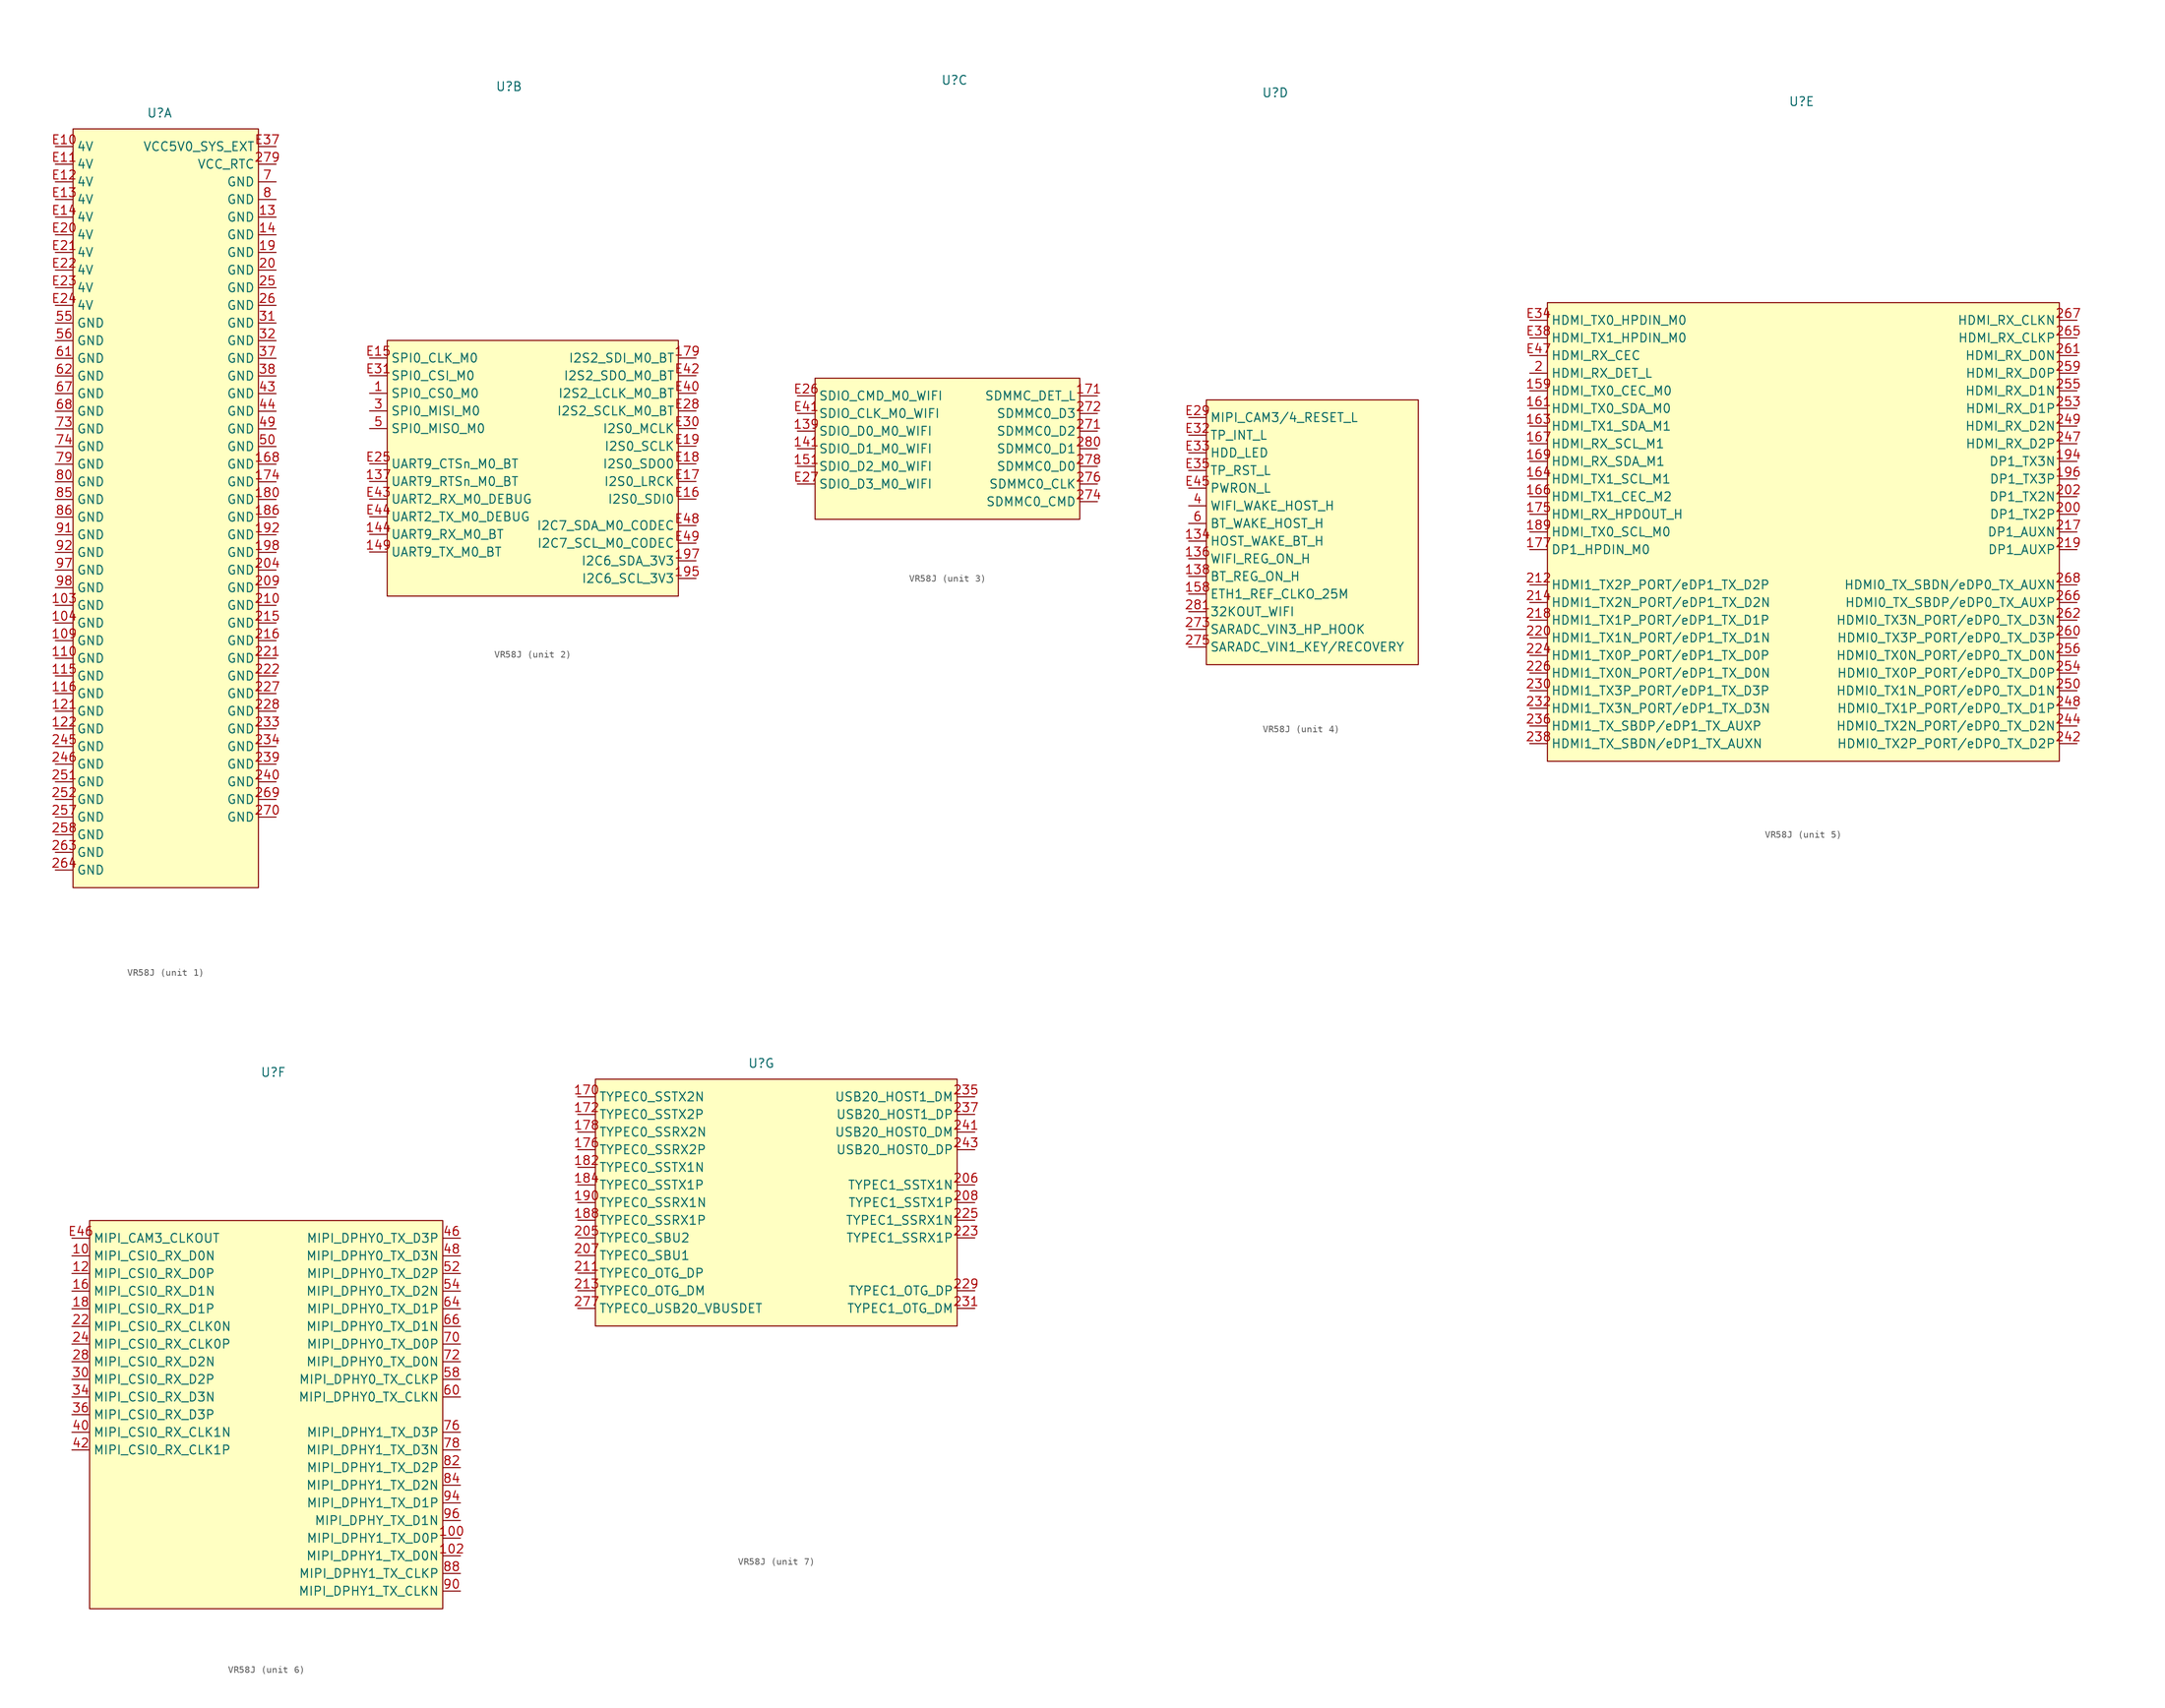
<source format=kicad_sym>
(kicad_symbol_lib
  (version 20231120)
  (generator "kicad_symbol_editor")
  (generator_version "8.0")
  (symbol "VR58J"
    (property "Reference" "U"
      (at -0.254 51.816 0)
      (effects (font (size 1.27 1.27))))
    (property "Value" ""
      (at -8.89 -12.192 0)
      (effects (font (size 1.27 1.27))))
    (property "ki_locked" ""
      (at 0 0 0)
      (effects (font (size 1.27 1.27))))
    (symbol "VR58J_1_1"
      (rectangle (start -12.7 49.53) (end 13.97 -59.69) (stroke (width 0) (type default)) (fill (type background)))
      (pin input line (at -15.24 -19.05 0) (length 2.54) (name "GND" (effects (font (size 1.27 1.27)))) (number "103" (effects (font (size 1.27 1.27)))))
      (pin input line (at -15.24 -21.59 0) (length 2.54) (name "GND" (effects (font (size 1.27 1.27)))) (number "104" (effects (font (size 1.27 1.27)))))
      (pin input line (at -15.24 -24.13 0) (length 2.54) (name "GND" (effects (font (size 1.27 1.27)))) (number "109" (effects (font (size 1.27 1.27)))))
      (pin input line (at -15.24 -26.67 0) (length 2.54) (name "GND" (effects (font (size 1.27 1.27)))) (number "110" (effects (font (size 1.27 1.27)))))
      (pin input line (at -15.24 -29.21 0) (length 2.54) (name "GND" (effects (font (size 1.27 1.27)))) (number "115" (effects (font (size 1.27 1.27)))))
      (pin input line (at -15.24 -31.75 0) (length 2.54) (name "GND" (effects (font (size 1.27 1.27)))) (number "116" (effects (font (size 1.27 1.27)))))
      (pin input line (at -15.24 -34.29 0) (length 2.54) (name "GND" (effects (font (size 1.27 1.27)))) (number "121" (effects (font (size 1.27 1.27)))))
      (pin input line (at -15.24 -36.83 0) (length 2.54) (name "GND" (effects (font (size 1.27 1.27)))) (number "122" (effects (font (size 1.27 1.27)))))
      (pin input line (at 16.51 36.83 180) (length 2.54) (name "GND" (effects (font (size 1.27 1.27)))) (number "13" (effects (font (size 1.27 1.27)))))
      (pin input line (at 16.51 34.29 180) (length 2.54) (name "GND" (effects (font (size 1.27 1.27)))) (number "14" (effects (font (size 1.27 1.27)))))
      (pin input line (at 16.51 1.27 180) (length 2.54) (name "GND" (effects (font (size 1.27 1.27)))) (number "168" (effects (font (size 1.27 1.27)))))
      (pin input line (at 16.51 -1.27 180) (length 2.54) (name "GND" (effects (font (size 1.27 1.27)))) (number "174" (effects (font (size 1.27 1.27)))))
      (pin input line (at 16.51 -3.81 180) (length 2.54) (name "GND" (effects (font (size 1.27 1.27)))) (number "180" (effects (font (size 1.27 1.27)))))
      (pin input line (at 16.51 -6.35 180) (length 2.54) (name "GND" (effects (font (size 1.27 1.27)))) (number "186" (effects (font (size 1.27 1.27)))))
      (pin input line (at 16.51 31.75 180) (length 2.54) (name "GND" (effects (font (size 1.27 1.27)))) (number "19" (effects (font (size 1.27 1.27)))))
      (pin input line (at 16.51 -8.89 180) (length 2.54) (name "GND" (effects (font (size 1.27 1.27)))) (number "192" (effects (font (size 1.27 1.27)))))
      (pin input line (at 16.51 -11.43 180) (length 2.54) (name "GND" (effects (font (size 1.27 1.27)))) (number "198" (effects (font (size 1.27 1.27)))))
      (pin input line (at 16.51 29.21 180) (length 2.54) (name "GND" (effects (font (size 1.27 1.27)))) (number "20" (effects (font (size 1.27 1.27)))))
      (pin input line (at 16.51 -13.97 180) (length 2.54) (name "GND" (effects (font (size 1.27 1.27)))) (number "204" (effects (font (size 1.27 1.27)))))
      (pin input line (at 16.51 -16.51 180) (length 2.54) (name "GND" (effects (font (size 1.27 1.27)))) (number "209" (effects (font (size 1.27 1.27)))))
      (pin input line (at 16.51 -19.05 180) (length 2.54) (name "GND" (effects (font (size 1.27 1.27)))) (number "210" (effects (font (size 1.27 1.27)))))
      (pin input line (at 16.51 -21.59 180) (length 2.54) (name "GND" (effects (font (size 1.27 1.27)))) (number "215" (effects (font (size 1.27 1.27)))))
      (pin input line (at 16.51 -24.13 180) (length 2.54) (name "GND" (effects (font (size 1.27 1.27)))) (number "216" (effects (font (size 1.27 1.27)))))
      (pin input line (at 16.51 -26.67 180) (length 2.54) (name "GND" (effects (font (size 1.27 1.27)))) (number "221" (effects (font (size 1.27 1.27)))))
      (pin input line (at 16.51 -29.21 180) (length 2.54) (name "GND" (effects (font (size 1.27 1.27)))) (number "222" (effects (font (size 1.27 1.27)))))
      (pin input line (at 16.51 -31.75 180) (length 2.54) (name "GND" (effects (font (size 1.27 1.27)))) (number "227" (effects (font (size 1.27 1.27)))))
      (pin input line (at 16.51 -34.29 180) (length 2.54) (name "GND" (effects (font (size 1.27 1.27)))) (number "228" (effects (font (size 1.27 1.27)))))
      (pin input line (at 16.51 -36.83 180) (length 2.54) (name "GND" (effects (font (size 1.27 1.27)))) (number "233" (effects (font (size 1.27 1.27)))))
      (pin input line (at 16.51 -39.37 180) (length 2.54) (name "GND" (effects (font (size 1.27 1.27)))) (number "234" (effects (font (size 1.27 1.27)))))
      (pin input line (at 16.51 -41.91 180) (length 2.54) (name "GND" (effects (font (size 1.27 1.27)))) (number "239" (effects (font (size 1.27 1.27)))))
      (pin input line (at 16.51 -44.45 180) (length 2.54) (name "GND" (effects (font (size 1.27 1.27)))) (number "240" (effects (font (size 1.27 1.27)))))
      (pin input line (at -15.24 -39.37 0) (length 2.54) (name "GND" (effects (font (size 1.27 1.27)))) (number "245" (effects (font (size 1.27 1.27)))))
      (pin input line (at -15.24 -41.91 0) (length 2.54) (name "GND" (effects (font (size 1.27 1.27)))) (number "246" (effects (font (size 1.27 1.27)))))
      (pin input line (at 16.51 26.67 180) (length 2.54) (name "GND" (effects (font (size 1.27 1.27)))) (number "25" (effects (font (size 1.27 1.27)))))
      (pin input line (at -15.24 -44.45 0) (length 2.54) (name "GND" (effects (font (size 1.27 1.27)))) (number "251" (effects (font (size 1.27 1.27)))))
      (pin input line (at -15.24 -46.99 0) (length 2.54) (name "GND" (effects (font (size 1.27 1.27)))) (number "252" (effects (font (size 1.27 1.27)))))
      (pin input line (at -15.24 -49.53 0) (length 2.54) (name "GND" (effects (font (size 1.27 1.27)))) (number "257" (effects (font (size 1.27 1.27)))))
      (pin input line (at -15.24 -52.07 0) (length 2.54) (name "GND" (effects (font (size 1.27 1.27)))) (number "258" (effects (font (size 1.27 1.27)))))
      (pin input line (at 16.51 24.13 180) (length 2.54) (name "GND" (effects (font (size 1.27 1.27)))) (number "26" (effects (font (size 1.27 1.27)))))
      (pin input line (at -15.24 -54.61 0) (length 2.54) (name "GND" (effects (font (size 1.27 1.27)))) (number "263" (effects (font (size 1.27 1.27)))))
      (pin input line (at -15.24 -57.15 0) (length 2.54) (name "GND" (effects (font (size 1.27 1.27)))) (number "264" (effects (font (size 1.27 1.27)))))
      (pin input line (at 16.51 -46.99 180) (length 2.54) (name "GND" (effects (font (size 1.27 1.27)))) (number "269" (effects (font (size 1.27 1.27)))))
      (pin input line (at 16.51 -49.53 180) (length 2.54) (name "GND" (effects (font (size 1.27 1.27)))) (number "270" (effects (font (size 1.27 1.27)))))
      (pin input line (at 16.51 44.45 180) (length 2.54) (name "VCC_RTC" (effects (font (size 1.27 1.27)))) (number "279" (effects (font (size 1.27 1.27)))))
      (pin input line (at 16.51 21.59 180) (length 2.54) (name "GND" (effects (font (size 1.27 1.27)))) (number "31" (effects (font (size 1.27 1.27)))))
      (pin input line (at 16.51 19.05 180) (length 2.54) (name "GND" (effects (font (size 1.27 1.27)))) (number "32" (effects (font (size 1.27 1.27)))))
      (pin input line (at 16.51 16.51 180) (length 2.54) (name "GND" (effects (font (size 1.27 1.27)))) (number "37" (effects (font (size 1.27 1.27)))))
      (pin input line (at 16.51 13.97 180) (length 2.54) (name "GND" (effects (font (size 1.27 1.27)))) (number "38" (effects (font (size 1.27 1.27)))))
      (pin input line (at 16.51 11.43 180) (length 2.54) (name "GND" (effects (font (size 1.27 1.27)))) (number "43" (effects (font (size 1.27 1.27)))))
      (pin input line (at 16.51 8.89 180) (length 2.54) (name "GND" (effects (font (size 1.27 1.27)))) (number "44" (effects (font (size 1.27 1.27)))))
      (pin input line (at 16.51 6.35 180) (length 2.54) (name "GND" (effects (font (size 1.27 1.27)))) (number "49" (effects (font (size 1.27 1.27)))))
      (pin input line (at 16.51 3.81 180) (length 2.54) (name "GND" (effects (font (size 1.27 1.27)))) (number "50" (effects (font (size 1.27 1.27)))))
      (pin input line (at -15.24 21.59 0) (length 2.54) (name "GND" (effects (font (size 1.27 1.27)))) (number "55" (effects (font (size 1.27 1.27)))))
      (pin input line (at -15.24 19.05 0) (length 2.54) (name "GND" (effects (font (size 1.27 1.27)))) (number "56" (effects (font (size 1.27 1.27)))))
      (pin input line (at -15.24 16.51 0) (length 2.54) (name "GND" (effects (font (size 1.27 1.27)))) (number "61" (effects (font (size 1.27 1.27)))))
      (pin input line (at -15.24 13.97 0) (length 2.54) (name "GND" (effects (font (size 1.27 1.27)))) (number "62" (effects (font (size 1.27 1.27)))))
      (pin input line (at -15.24 11.43 0) (length 2.54) (name "GND" (effects (font (size 1.27 1.27)))) (number "67" (effects (font (size 1.27 1.27)))))
      (pin input line (at -15.24 8.89 0) (length 2.54) (name "GND" (effects (font (size 1.27 1.27)))) (number "68" (effects (font (size 1.27 1.27)))))
      (pin input line (at 16.51 41.91 180) (length 2.54) (name "GND" (effects (font (size 1.27 1.27)))) (number "7" (effects (font (size 1.27 1.27)))))
      (pin input line (at -15.24 6.35 0) (length 2.54) (name "GND" (effects (font (size 1.27 1.27)))) (number "73" (effects (font (size 1.27 1.27)))))
      (pin input line (at -15.24 3.81 0) (length 2.54) (name "GND" (effects (font (size 1.27 1.27)))) (number "74" (effects (font (size 1.27 1.27)))))
      (pin input line (at -15.24 1.27 0) (length 2.54) (name "GND" (effects (font (size 1.27 1.27)))) (number "79" (effects (font (size 1.27 1.27)))))
      (pin input line (at 16.51 39.37 180) (length 2.54) (name "GND" (effects (font (size 1.27 1.27)))) (number "8" (effects (font (size 1.27 1.27)))))
      (pin input line (at -15.24 -1.27 0) (length 2.54) (name "GND" (effects (font (size 1.27 1.27)))) (number "80" (effects (font (size 1.27 1.27)))))
      (pin input line (at -15.24 -3.81 0) (length 2.54) (name "GND" (effects (font (size 1.27 1.27)))) (number "85" (effects (font (size 1.27 1.27)))))
      (pin input line (at -15.24 -6.35 0) (length 2.54) (name "GND" (effects (font (size 1.27 1.27)))) (number "86" (effects (font (size 1.27 1.27)))))
      (pin input line (at -15.24 -8.89 0) (length 2.54) (name "GND" (effects (font (size 1.27 1.27)))) (number "91" (effects (font (size 1.27 1.27)))))
      (pin input line (at -15.24 -11.43 0) (length 2.54) (name "GND" (effects (font (size 1.27 1.27)))) (number "92" (effects (font (size 1.27 1.27)))))
      (pin input line (at -15.24 -13.97 0) (length 2.54) (name "GND" (effects (font (size 1.27 1.27)))) (number "97" (effects (font (size 1.27 1.27)))))
      (pin input line (at -15.24 -16.51 0) (length 2.54) (name "GND" (effects (font (size 1.27 1.27)))) (number "98" (effects (font (size 1.27 1.27)))))
      (pin input line (at -15.24 46.99 0) (length 2.54) (name "4V" (effects (font (size 1.27 1.27)))) (number "E10" (effects (font (size 1.27 1.27)))))
      (pin input line (at -15.24 44.45 0) (length 2.54) (name "4V" (effects (font (size 1.27 1.27)))) (number "E11" (effects (font (size 1.27 1.27)))))
      (pin input line (at -15.24 41.91 0) (length 2.54) (name "4V" (effects (font (size 1.27 1.27)))) (number "E12" (effects (font (size 1.27 1.27)))))
      (pin input line (at -15.24 39.37 0) (length 2.54) (name "4V" (effects (font (size 1.27 1.27)))) (number "E13" (effects (font (size 1.27 1.27)))))
      (pin input line (at -15.24 36.83 0) (length 2.54) (name "4V" (effects (font (size 1.27 1.27)))) (number "E14" (effects (font (size 1.27 1.27)))))
      (pin input line (at -15.24 34.29 0) (length 2.54) (name "4V" (effects (font (size 1.27 1.27)))) (number "E20" (effects (font (size 1.27 1.27)))))
      (pin input line (at -15.24 31.75 0) (length 2.54) (name "4V" (effects (font (size 1.27 1.27)))) (number "E21" (effects (font (size 1.27 1.27)))))
      (pin input line (at -15.24 29.21 0) (length 2.54) (name "4V" (effects (font (size 1.27 1.27)))) (number "E22" (effects (font (size 1.27 1.27)))))
      (pin input line (at -15.24 26.67 0) (length 2.54) (name "4V" (effects (font (size 1.27 1.27)))) (number "E23" (effects (font (size 1.27 1.27)))))
      (pin input line (at -15.24 24.13 0) (length 2.54) (name "4V" (effects (font (size 1.27 1.27)))) (number "E24" (effects (font (size 1.27 1.27)))))
      (pin input line (at 16.51 46.99 180) (length 2.54) (name "VCC5V0_SYS_EXT" (effects (font (size 1.27 1.27)))) (number "E37" (effects (font (size 1.27 1.27))))))
    (symbol "VR58J_2_1"
      (rectangle (start -17.78 15.24) (end 24.13 -21.59) (stroke (width 0) (type default)) (fill (type background)))
      (pin input line (at -20.32 7.62 0) (length 2.54) (name "SPI0_CS0_M0" (effects (font (size 1.27 1.27)))) (number "1" (effects (font (size 1.27 1.27)))))
      (pin input line (at -20.32 -5.08 0) (length 2.54) (name "UART9_RTSn_M0_BT" (effects (font (size 1.27 1.27)))) (number "137" (effects (font (size 1.27 1.27)))))
      (pin input line (at -20.32 -12.7 0) (length 2.54) (name "UART9_RX_M0_BT" (effects (font (size 1.27 1.27)))) (number "144" (effects (font (size 1.27 1.27)))))
      (pin input line (at -20.32 -15.24 0) (length 2.54) (name "UART9_TX_M0_BT" (effects (font (size 1.27 1.27)))) (number "149" (effects (font (size 1.27 1.27)))))
      (pin input line (at 26.67 12.7 180) (length 2.54) (name "I2S2_SDI_M0_BT" (effects (font (size 1.27 1.27)))) (number "179" (effects (font (size 1.27 1.27)))))
      (pin input line (at 26.67 -19.05 180) (length 2.54) (name "I2C6_SCL_3V3" (effects (font (size 1.27 1.27)))) (number "195" (effects (font (size 1.27 1.27)))))
      (pin input line (at 26.67 -16.51 180) (length 2.54) (name "I2C6_SDA_3V3" (effects (font (size 1.27 1.27)))) (number "197" (effects (font (size 1.27 1.27)))))
      (pin input line (at -20.32 5.08 0) (length 2.54) (name "SPI0_MISI_M0" (effects (font (size 1.27 1.27)))) (number "3" (effects (font (size 1.27 1.27)))))
      (pin input line (at -20.32 2.54 0) (length 2.54) (name "SPI0_MISO_M0" (effects (font (size 1.27 1.27)))) (number "5" (effects (font (size 1.27 1.27)))))
      (pin input line (at -20.32 12.7 0) (length 2.54) (name "SPI0_CLK_M0" (effects (font (size 1.27 1.27)))) (number "E15" (effects (font (size 1.27 1.27)))))
      (pin input line (at 26.67 -7.62 180) (length 2.54) (name "I2S0_SDI0" (effects (font (size 1.27 1.27)))) (number "E16" (effects (font (size 1.27 1.27)))))
      (pin input line (at 26.67 -5.08 180) (length 2.54) (name "I2S0_LRCK" (effects (font (size 1.27 1.27)))) (number "E17" (effects (font (size 1.27 1.27)))))
      (pin input line (at 26.67 -2.54 180) (length 2.54) (name "I2S0_SDO0" (effects (font (size 1.27 1.27)))) (number "E18" (effects (font (size 1.27 1.27)))))
      (pin input line (at 26.67 0 180) (length 2.54) (name "I2S0_SCLK" (effects (font (size 1.27 1.27)))) (number "E19" (effects (font (size 1.27 1.27)))))
      (pin input line (at -20.32 -2.54 0) (length 2.54) (name "UART9_CTSn_M0_BT" (effects (font (size 1.27 1.27)))) (number "E25" (effects (font (size 1.27 1.27)))))
      (pin input line (at 26.67 5.08 180) (length 2.54) (name "I2S2_SCLK_M0_BT" (effects (font (size 1.27 1.27)))) (number "E28" (effects (font (size 1.27 1.27)))))
      (pin input line (at 26.67 2.54 180) (length 2.54) (name "I2S0_MCLK" (effects (font (size 1.27 1.27)))) (number "E30" (effects (font (size 1.27 1.27)))))
      (pin input line (at -20.32 10.16 0) (length 2.54) (name "SPI0_CSI_M0" (effects (font (size 1.27 1.27)))) (number "E31" (effects (font (size 1.27 1.27)))))
      (pin input line (at 26.67 7.62 180) (length 2.54) (name "I2S2_LCLK_M0_BT" (effects (font (size 1.27 1.27)))) (number "E40" (effects (font (size 1.27 1.27)))))
      (pin input line (at 26.67 10.16 180) (length 2.54) (name "I2S2_SDO_M0_BT" (effects (font (size 1.27 1.27)))) (number "E42" (effects (font (size 1.27 1.27)))))
      (pin input line (at -20.32 -7.62 0) (length 2.54) (name "UART2_RX_M0_DEBUG" (effects (font (size 1.27 1.27)))) (number "E43" (effects (font (size 1.27 1.27)))))
      (pin input line (at -20.32 -10.16 0) (length 2.54) (name "UART2_TX_M0_DEBUG" (effects (font (size 1.27 1.27)))) (number "E44" (effects (font (size 1.27 1.27)))))
      (pin input line (at 26.67 -11.43 180) (length 2.54) (name "I2C7_SDA_M0_CODEC" (effects (font (size 1.27 1.27)))) (number "E48" (effects (font (size 1.27 1.27)))))
      (pin input line (at 26.67 -13.97 180) (length 2.54) (name "I2C7_SCL_M0_CODEC" (effects (font (size 1.27 1.27)))) (number "E49" (effects (font (size 1.27 1.27))))))
    (symbol "VR58J_3_1"
      (rectangle (start -20.32 8.89) (end 17.78 -11.43) (stroke (width 0) (type default)) (fill (type background)))
      (pin input line (at -22.86 1.27 0) (length 2.54) (name "SDIO_D0_M0_WIFI" (effects (font (size 1.27 1.27)))) (number "139" (effects (font (size 1.27 1.27)))))
      (pin input line (at -22.86 -1.27 0) (length 2.54) (name "SDIO_D1_M0_WIFI" (effects (font (size 1.27 1.27)))) (number "141" (effects (font (size 1.27 1.27)))))
      (pin input line (at -22.86 -3.81 0) (length 2.54) (name "SDIO_D2_M0_WIFI" (effects (font (size 1.27 1.27)))) (number "151" (effects (font (size 1.27 1.27)))))
      (pin input line (at 20.32 6.35 180) (length 2.54) (name "SDMMC_DET_L" (effects (font (size 1.27 1.27)))) (number "171" (effects (font (size 1.27 1.27)))))
      (pin input line (at 20.32 1.27 180) (length 2.54) (name "SDMMC0_D2" (effects (font (size 1.27 1.27)))) (number "271" (effects (font (size 1.27 1.27)))))
      (pin input line (at 20.32 3.81 180) (length 2.54) (name "SDMMC0_D3" (effects (font (size 1.27 1.27)))) (number "272" (effects (font (size 1.27 1.27)))))
      (pin input line (at 20.32 -8.89 180) (length 2.54) (name "SDMMC0_CMD" (effects (font (size 1.27 1.27)))) (number "274" (effects (font (size 1.27 1.27)))))
      (pin input line (at 20.32 -6.35 180) (length 2.54) (name "SDMMC0_CLK" (effects (font (size 1.27 1.27)))) (number "276" (effects (font (size 1.27 1.27)))))
      (pin input line (at 20.32 -3.81 180) (length 2.54) (name "SDMMC0_D0" (effects (font (size 1.27 1.27)))) (number "278" (effects (font (size 1.27 1.27)))))
      (pin input line (at 20.32 -1.27 180) (length 2.54) (name "SDMMC0_D1" (effects (font (size 1.27 1.27)))) (number "280" (effects (font (size 1.27 1.27)))))
      (pin input line (at -22.86 6.35 0) (length 2.54) (name "SDIO_CMD_M0_WIFI" (effects (font (size 1.27 1.27)))) (number "E26" (effects (font (size 1.27 1.27)))))
      (pin input line (at -22.86 -6.35 0) (length 2.54) (name "SDIO_D3_M0_WIFI" (effects (font (size 1.27 1.27)))) (number "E27" (effects (font (size 1.27 1.27)))))
      (pin input line (at -22.86 3.81 0) (length 2.54) (name "SDIO_CLK_M0_WIFI" (effects (font (size 1.27 1.27)))) (number "E41" (effects (font (size 1.27 1.27))))))
    (symbol "VR58J_4_1"
      (rectangle (start -10.16 7.62) (end 20.32 -30.48) (stroke (width 0) (type default)) (fill (type background)))
      (pin input line (at -12.7 -12.7 0) (length 2.54) (name "HOST_WAKE_BT_H" (effects (font (size 1.27 1.27)))) (number "134" (effects (font (size 1.27 1.27)))))
      (pin input line (at -12.7 -15.24 0) (length 2.54) (name "WIFI_REG_ON_H" (effects (font (size 1.27 1.27)))) (number "136" (effects (font (size 1.27 1.27)))))
      (pin input line (at -12.7 -17.78 0) (length 2.54) (name "BT_REG_ON_H" (effects (font (size 1.27 1.27)))) (number "138" (effects (font (size 1.27 1.27)))))
      (pin input line (at -12.7 -20.32 0) (length 2.54) (name "ETH1_REF_CLKO_25M" (effects (font (size 1.27 1.27)))) (number "158" (effects (font (size 1.27 1.27)))))
      (pin input line (at -12.7 -25.4 0) (length 2.54) (name "SARADC_VIN3_HP_HOOK" (effects (font (size 1.27 1.27)))) (number "273" (effects (font (size 1.27 1.27)))))
      (pin input line (at -12.7 -27.94 0) (length 2.54) (name "SARADC_VIN1_KEY/RECOVERY" (effects (font (size 1.27 1.27)))) (number "275" (effects (font (size 1.27 1.27)))))
      (pin input line (at -12.7 -22.86 0) (length 2.54) (name "32KOUT_WIFI" (effects (font (size 1.27 1.27)))) (number "281" (effects (font (size 1.27 1.27)))))
      (pin input line (at -12.7 -7.62 0) (length 2.54) (name "WIFI_WAKE_HOST_H" (effects (font (size 1.27 1.27)))) (number "4" (effects (font (size 1.27 1.27)))))
      (pin input line (at -12.7 -10.16 0) (length 2.54) (name "BT_WAKE_HOST_H" (effects (font (size 1.27 1.27)))) (number "6" (effects (font (size 1.27 1.27)))))
      (pin input line (at -12.7 5.08 0) (length 2.54) (name "MIPI_CAM3/4_RESET_L" (effects (font (size 1.27 1.27)))) (number "E29" (effects (font (size 1.27 1.27)))))
      (pin input line (at -12.7 2.54 0) (length 2.54) (name "TP_INT_L" (effects (font (size 1.27 1.27)))) (number "E32" (effects (font (size 1.27 1.27)))))
      (pin input line (at -12.7 0 0) (length 2.54) (name "HDD_LED" (effects (font (size 1.27 1.27)))) (number "E33" (effects (font (size 1.27 1.27)))))
      (pin input line (at -12.7 -2.54 0) (length 2.54) (name "TP_RST_L" (effects (font (size 1.27 1.27)))) (number "E35" (effects (font (size 1.27 1.27)))))
      (pin input line (at -12.7 -5.08 0) (length 2.54) (name "PWRON_L" (effects (font (size 1.27 1.27)))) (number "E45" (effects (font (size 1.27 1.27))))))
    (symbol "VR58J_5_1"
      (rectangle (start -36.83 22.86) (end 36.83 -43.18) (stroke (width 0) (type default)) (fill (type background)))
      (pin input line (at -39.37 10.16 0) (length 2.54) (name "HDMI_TX0_CEC_M0" (effects (font (size 1.27 1.27)))) (number "159" (effects (font (size 1.27 1.27)))))
      (pin input line (at -39.37 7.62 0) (length 2.54) (name "HDMI_TX0_SDA_M0" (effects (font (size 1.27 1.27)))) (number "161" (effects (font (size 1.27 1.27)))))
      (pin input line (at -39.37 5.08 0) (length 2.54) (name "HDMI_TX1_SDA_M1" (effects (font (size 1.27 1.27)))) (number "163" (effects (font (size 1.27 1.27)))))
      (pin input line (at -39.37 -2.54 0) (length 2.54) (name "HDMI_TX1_SCL_M1" (effects (font (size 1.27 1.27)))) (number "164" (effects (font (size 1.27 1.27)))))
      (pin input line (at -39.37 -5.08 0) (length 2.54) (name "HDMI_TX1_CEC_M2" (effects (font (size 1.27 1.27)))) (number "166" (effects (font (size 1.27 1.27)))))
      (pin input line (at -39.37 2.54 0) (length 2.54) (name "HDMI_RX_SCL_M1" (effects (font (size 1.27 1.27)))) (number "167" (effects (font (size 1.27 1.27)))))
      (pin input line (at -39.37 0 0) (length 2.54) (name "HDMI_RX_SDA_M1" (effects (font (size 1.27 1.27)))) (number "169" (effects (font (size 1.27 1.27)))))
      (pin input line (at -39.37 -7.62 0) (length 2.54) (name "HDMI_RX_HPDOUT_H" (effects (font (size 1.27 1.27)))) (number "175" (effects (font (size 1.27 1.27)))))
      (pin input line (at -39.37 -12.7 0) (length 2.54) (name "DP1_HPDIN_M0" (effects (font (size 1.27 1.27)))) (number "177" (effects (font (size 1.27 1.27)))))
      (pin input line (at -39.37 -10.16 0) (length 2.54) (name "HDMI_TX0_SCL_M0" (effects (font (size 1.27 1.27)))) (number "189" (effects (font (size 1.27 1.27)))))
      (pin input line (at 39.37 0 180) (length 2.54) (name "DP1_TX3N" (effects (font (size 1.27 1.27)))) (number "194" (effects (font (size 1.27 1.27)))))
      (pin input line (at 39.37 -2.54 180) (length 2.54) (name "DP1_TX3P" (effects (font (size 1.27 1.27)))) (number "196" (effects (font (size 1.27 1.27)))))
      (pin input line (at -39.37 12.7 0) (length 2.54) (name "HDMI_RX_DET_L" (effects (font (size 1.27 1.27)))) (number "2" (effects (font (size 1.27 1.27)))))
      (pin input line (at 39.37 -7.62 180) (length 2.54) (name "DP1_TX2P" (effects (font (size 1.27 1.27)))) (number "200" (effects (font (size 1.27 1.27)))))
      (pin input line (at 39.37 -5.08 180) (length 2.54) (name "DP1_TX2N" (effects (font (size 1.27 1.27)))) (number "202" (effects (font (size 1.27 1.27)))))
      (pin input line (at -39.37 -17.78 0) (length 2.54) (name "HDMI1_TX2P_PORT/eDP1_TX_D2P" (effects (font (size 1.27 1.27)))) (number "212" (effects (font (size 1.27 1.27)))))
      (pin input line (at -39.37 -20.32 0) (length 2.54) (name "HDMI1_TX2N_PORT/eDP1_TX_D2N" (effects (font (size 1.27 1.27)))) (number "214" (effects (font (size 1.27 1.27)))))
      (pin input line (at 39.37 -10.16 180) (length 2.54) (name "DP1_AUXN" (effects (font (size 1.27 1.27)))) (number "217" (effects (font (size 1.27 1.27)))))
      (pin input line (at -39.37 -22.86 0) (length 2.54) (name "HDMI1_TX1P_PORT/eDP1_TX_D1P" (effects (font (size 1.27 1.27)))) (number "218" (effects (font (size 1.27 1.27)))))
      (pin input line (at 39.37 -12.7 180) (length 2.54) (name "DP1_AUXP" (effects (font (size 1.27 1.27)))) (number "219" (effects (font (size 1.27 1.27)))))
      (pin input line (at -39.37 -25.4 0) (length 2.54) (name "HDMI1_TX1N_PORT/eDP1_TX_D1N" (effects (font (size 1.27 1.27)))) (number "220" (effects (font (size 1.27 1.27)))))
      (pin input line (at -39.37 -27.94 0) (length 2.54) (name "HDMI1_TX0P_PORT/eDP1_TX_D0P" (effects (font (size 1.27 1.27)))) (number "224" (effects (font (size 1.27 1.27)))))
      (pin input line (at -39.37 -30.48 0) (length 2.54) (name "HDMI1_TX0N_PORT/eDP1_TX_D0N" (effects (font (size 1.27 1.27)))) (number "226" (effects (font (size 1.27 1.27)))))
      (pin input line (at -39.37 -33.02 0) (length 2.54) (name "HDMI1_TX3P_PORT/eDP1_TX_D3P" (effects (font (size 1.27 1.27)))) (number "230" (effects (font (size 1.27 1.27)))))
      (pin input line (at -39.37 -35.56 0) (length 2.54) (name "HDMI1_TX3N_PORT/eDP1_TX_D3N" (effects (font (size 1.27 1.27)))) (number "232" (effects (font (size 1.27 1.27)))))
      (pin input line (at -39.37 -38.1 0) (length 2.54) (name "HDMI1_TX_SBDP/eDP1_TX_AUXP" (effects (font (size 1.27 1.27)))) (number "236" (effects (font (size 1.27 1.27)))))
      (pin input line (at -39.37 -40.64 0) (length 2.54) (name "HDMI1_TX_SBDN/eDP1_TX_AUXN" (effects (font (size 1.27 1.27)))) (number "238" (effects (font (size 1.27 1.27)))))
      (pin input line (at 39.37 -40.64 180) (length 2.54) (name "HDMI0_TX2P_PORT/eDP0_TX_D2P" (effects (font (size 1.27 1.27)))) (number "242" (effects (font (size 1.27 1.27)))))
      (pin input line (at 39.37 -38.1 180) (length 2.54) (name "HDMI0_TX2N_PORT/eDP0_TX_D2N" (effects (font (size 1.27 1.27)))) (number "244" (effects (font (size 1.27 1.27)))))
      (pin input line (at 39.37 2.54 180) (length 2.54) (name "HDMI_RX_D2P" (effects (font (size 1.27 1.27)))) (number "247" (effects (font (size 1.27 1.27)))))
      (pin input line (at 39.37 -35.56 180) (length 2.54) (name "HDMI0_TX1P_PORT/eDP0_TX_D1P" (effects (font (size 1.27 1.27)))) (number "248" (effects (font (size 1.27 1.27)))))
      (pin input line (at 39.37 5.08 180) (length 2.54) (name "HDMI_RX_D2N" (effects (font (size 1.27 1.27)))) (number "249" (effects (font (size 1.27 1.27)))))
      (pin input line (at 39.37 -33.02 180) (length 2.54) (name "HDMI0_TX1N_PORT/eDP0_TX_D1N" (effects (font (size 1.27 1.27)))) (number "250" (effects (font (size 1.27 1.27)))))
      (pin input line (at 39.37 7.62 180) (length 2.54) (name "HDMI_RX_D1P" (effects (font (size 1.27 1.27)))) (number "253" (effects (font (size 1.27 1.27)))))
      (pin input line (at 39.37 -30.48 180) (length 2.54) (name "HDMI0_TX0P_PORT/eDP0_TX_D0P" (effects (font (size 1.27 1.27)))) (number "254" (effects (font (size 1.27 1.27)))))
      (pin input line (at 39.37 10.16 180) (length 2.54) (name "HDMI_RX_D1N" (effects (font (size 1.27 1.27)))) (number "255" (effects (font (size 1.27 1.27)))))
      (pin input line (at 39.37 -27.94 180) (length 2.54) (name "HDMI0_TX0N_PORT/eDP0_TX_D0N" (effects (font (size 1.27 1.27)))) (number "256" (effects (font (size 1.27 1.27)))))
      (pin input line (at 39.37 12.7 180) (length 2.54) (name "HDMI_RX_D0P" (effects (font (size 1.27 1.27)))) (number "259" (effects (font (size 1.27 1.27)))))
      (pin input line (at 39.37 -25.4 180) (length 2.54) (name "HDMI0_TX3P_PORT/eDP0_TX_D3P" (effects (font (size 1.27 1.27)))) (number "260" (effects (font (size 1.27 1.27)))))
      (pin input line (at 39.37 15.24 180) (length 2.54) (name "HDMI_RX_D0N" (effects (font (size 1.27 1.27)))) (number "261" (effects (font (size 1.27 1.27)))))
      (pin input line (at 39.37 -22.86 180) (length 2.54) (name "HDMI0_TX3N_PORT/eDP0_TX_D3N" (effects (font (size 1.27 1.27)))) (number "262" (effects (font (size 1.27 1.27)))))
      (pin input line (at 39.37 17.78 180) (length 2.54) (name "HDMI_RX_CLKP" (effects (font (size 1.27 1.27)))) (number "265" (effects (font (size 1.27 1.27)))))
      (pin input line (at 39.37 -20.32 180) (length 2.54) (name "HDMI0_TX_SBDP/eDP0_TX_AUXP" (effects (font (size 1.27 1.27)))) (number "266" (effects (font (size 1.27 1.27)))))
      (pin input line (at 39.37 20.32 180) (length 2.54) (name "HDMI_RX_CLKN" (effects (font (size 1.27 1.27)))) (number "267" (effects (font (size 1.27 1.27)))))
      (pin input line (at 39.37 -17.78 180) (length 2.54) (name "HDMI0_TX_SBDN/eDP0_TX_AUXN" (effects (font (size 1.27 1.27)))) (number "268" (effects (font (size 1.27 1.27)))))
      (pin input line (at -39.37 20.32 0) (length 2.54) (name "HDMI_TX0_HPDIN_M0" (effects (font (size 1.27 1.27)))) (number "E34" (effects (font (size 1.27 1.27)))))
      (pin input line (at -39.37 17.78 0) (length 2.54) (name "HDMI_TX1_HPDIN_M0" (effects (font (size 1.27 1.27)))) (number "E38" (effects (font (size 1.27 1.27)))))
      (pin input line (at -39.37 15.24 0) (length 2.54) (name "HDMI_RX_CEC" (effects (font (size 1.27 1.27)))) (number "E47" (effects (font (size 1.27 1.27))))))
    (symbol "VR58J_6_1"
      (rectangle (start -26.67 30.48) (end 24.13 -25.4) (stroke (width 0) (type default)) (fill (type background)))
      (pin input line (at -29.21 25.4 0) (length 2.54) (name "MIPI_CSI0_RX_D0N" (effects (font (size 1.27 1.27)))) (number "10" (effects (font (size 1.27 1.27)))))
      (pin input line (at 26.67 -15.24 180) (length 2.54) (name "MIPI_DPHY1_TX_D0P" (effects (font (size 1.27 1.27)))) (number "100" (effects (font (size 1.27 1.27)))))
      (pin input line (at 26.67 -17.78 180) (length 2.54) (name "MIPI_DPHY1_TX_D0N" (effects (font (size 1.27 1.27)))) (number "102" (effects (font (size 1.27 1.27)))))
      (pin input line (at -29.21 22.86 0) (length 2.54) (name "MIPI_CSI0_RX_D0P" (effects (font (size 1.27 1.27)))) (number "12" (effects (font (size 1.27 1.27)))))
      (pin input line (at -29.21 20.32 0) (length 2.54) (name "MIPI_CSI0_RX_D1N" (effects (font (size 1.27 1.27)))) (number "16" (effects (font (size 1.27 1.27)))))
      (pin input line (at -29.21 17.78 0) (length 2.54) (name "MIPI_CSI0_RX_D1P" (effects (font (size 1.27 1.27)))) (number "18" (effects (font (size 1.27 1.27)))))
      (pin input line (at -29.21 15.24 0) (length 2.54) (name "MIPI_CSI0_RX_CLK0N" (effects (font (size 1.27 1.27)))) (number "22" (effects (font (size 1.27 1.27)))))
      (pin input line (at -29.21 12.7 0) (length 2.54) (name "MIPI_CSI0_RX_CLK0P" (effects (font (size 1.27 1.27)))) (number "24" (effects (font (size 1.27 1.27)))))
      (pin input line (at -29.21 10.16 0) (length 2.54) (name "MIPI_CSI0_RX_D2N" (effects (font (size 1.27 1.27)))) (number "28" (effects (font (size 1.27 1.27)))))
      (pin input line (at -29.21 7.62 0) (length 2.54) (name "MIPI_CSI0_RX_D2P" (effects (font (size 1.27 1.27)))) (number "30" (effects (font (size 1.27 1.27)))))
      (pin input line (at -29.21 5.08 0) (length 2.54) (name "MIPI_CSI0_RX_D3N" (effects (font (size 1.27 1.27)))) (number "34" (effects (font (size 1.27 1.27)))))
      (pin input line (at -29.21 2.54 0) (length 2.54) (name "MIPI_CSI0_RX_D3P" (effects (font (size 1.27 1.27)))) (number "36" (effects (font (size 1.27 1.27)))))
      (pin input line (at -29.21 0 0) (length 2.54) (name "MIPI_CSI0_RX_CLK1N" (effects (font (size 1.27 1.27)))) (number "40" (effects (font (size 1.27 1.27)))))
      (pin input line (at -29.21 -2.54 0) (length 2.54) (name "MIPI_CSI0_RX_CLK1P" (effects (font (size 1.27 1.27)))) (number "42" (effects (font (size 1.27 1.27)))))
      (pin input line (at 26.67 27.94 180) (length 2.54) (name "MIPI_DPHY0_TX_D3P" (effects (font (size 1.27 1.27)))) (number "46" (effects (font (size 1.27 1.27)))))
      (pin input line (at 26.67 25.4 180) (length 2.54) (name "MIPI_DPHY0_TX_D3N" (effects (font (size 1.27 1.27)))) (number "48" (effects (font (size 1.27 1.27)))))
      (pin input line (at 26.67 22.86 180) (length 2.54) (name "MIPI_DPHY0_TX_D2P" (effects (font (size 1.27 1.27)))) (number "52" (effects (font (size 1.27 1.27)))))
      (pin input line (at 26.67 20.32 180) (length 2.54) (name "MIPI_DPHY0_TX_D2N" (effects (font (size 1.27 1.27)))) (number "54" (effects (font (size 1.27 1.27)))))
      (pin input line (at 26.67 7.62 180) (length 2.54) (name "MIPI_DPHY0_TX_CLKP" (effects (font (size 1.27 1.27)))) (number "58" (effects (font (size 1.27 1.27)))))
      (pin input line (at 26.67 5.08 180) (length 2.54) (name "MIPI_DPHY0_TX_CLKN" (effects (font (size 1.27 1.27)))) (number "60" (effects (font (size 1.27 1.27)))))
      (pin input line (at 26.67 17.78 180) (length 2.54) (name "MIPI_DPHY0_TX_D1P" (effects (font (size 1.27 1.27)))) (number "64" (effects (font (size 1.27 1.27)))))
      (pin input line (at 26.67 15.24 180) (length 2.54) (name "MIPI_DPHY0_TX_D1N" (effects (font (size 1.27 1.27)))) (number "66" (effects (font (size 1.27 1.27)))))
      (pin input line (at 26.67 12.7 180) (length 2.54) (name "MIPI_DPHY0_TX_D0P" (effects (font (size 1.27 1.27)))) (number "70" (effects (font (size 1.27 1.27)))))
      (pin input line (at 26.67 10.16 180) (length 2.54) (name "MIPI_DPHY0_TX_D0N" (effects (font (size 1.27 1.27)))) (number "72" (effects (font (size 1.27 1.27)))))
      (pin input line (at 26.67 0 180) (length 2.54) (name "MIPI_DPHY1_TX_D3P" (effects (font (size 1.27 1.27)))) (number "76" (effects (font (size 1.27 1.27)))))
      (pin input line (at 26.67 -2.54 180) (length 2.54) (name "MIPI_DPHY1_TX_D3N" (effects (font (size 1.27 1.27)))) (number "78" (effects (font (size 1.27 1.27)))))
      (pin input line (at 26.67 -5.08 180) (length 2.54) (name "MIPI_DPHY1_TX_D2P" (effects (font (size 1.27 1.27)))) (number "82" (effects (font (size 1.27 1.27)))))
      (pin input line (at 26.67 -7.62 180) (length 2.54) (name "MIPI_DPHY1_TX_D2N" (effects (font (size 1.27 1.27)))) (number "84" (effects (font (size 1.27 1.27)))))
      (pin input line (at 26.67 -20.32 180) (length 2.54) (name "MIPI_DPHY1_TX_CLKP" (effects (font (size 1.27 1.27)))) (number "88" (effects (font (size 1.27 1.27)))))
      (pin input line (at 26.67 -22.86 180) (length 2.54) (name "MIPI_DPHY1_TX_CLKN" (effects (font (size 1.27 1.27)))) (number "90" (effects (font (size 1.27 1.27)))))
      (pin input line (at 26.67 -10.16 180) (length 2.54) (name "MIPI_DPHY1_TX_D1P" (effects (font (size 1.27 1.27)))) (number "94" (effects (font (size 1.27 1.27)))))
      (pin input line (at 26.67 -12.7 180) (length 2.54) (name "MIPI_DPHY_TX_D1N" (effects (font (size 1.27 1.27)))) (number "96" (effects (font (size 1.27 1.27)))))
      (pin input line (at -29.21 27.94 0) (length 2.54) (name "MIPI_CAM3_CLKOUT" (effects (font (size 1.27 1.27)))) (number "E46" (effects (font (size 1.27 1.27))))))
    (symbol "VR58J_7_1"
      (rectangle (start -24.13 49.53) (end 27.94 13.97) (stroke (width 0) (type default)) (fill (type background)))
      (pin input line (at -26.67 46.99 0) (length 2.54) (name "TYPEC0_SSTX2N" (effects (font (size 1.27 1.27)))) (number "170" (effects (font (size 1.27 1.27)))))
      (pin input line (at -26.67 44.45 0) (length 2.54) (name "TYPEC0_SSTX2P" (effects (font (size 1.27 1.27)))) (number "172" (effects (font (size 1.27 1.27)))))
      (pin input line (at -26.67 39.37 0) (length 2.54) (name "TYPEC0_SSRX2P" (effects (font (size 1.27 1.27)))) (number "176" (effects (font (size 1.27 1.27)))))
      (pin input line (at -26.67 41.91 0) (length 2.54) (name "TYPEC0_SSRX2N" (effects (font (size 1.27 1.27)))) (number "178" (effects (font (size 1.27 1.27)))))
      (pin input line (at -26.67 36.83 0) (length 2.54) (name "TYPEC0_SSTX1N" (effects (font (size 1.27 1.27)))) (number "182" (effects (font (size 1.27 1.27)))))
      (pin input line (at -26.67 34.29 0) (length 2.54) (name "TYPEC0_SSTX1P" (effects (font (size 1.27 1.27)))) (number "184" (effects (font (size 1.27 1.27)))))
      (pin input line (at -26.67 29.21 0) (length 2.54) (name "TYPEC0_SSRX1P" (effects (font (size 1.27 1.27)))) (number "188" (effects (font (size 1.27 1.27)))))
      (pin input line (at -26.67 31.75 0) (length 2.54) (name "TYPEC0_SSRX1N" (effects (font (size 1.27 1.27)))) (number "190" (effects (font (size 1.27 1.27)))))
      (pin input line (at -26.67 26.67 0) (length 2.54) (name "TYPEC0_SBU2" (effects (font (size 1.27 1.27)))) (number "205" (effects (font (size 1.27 1.27)))))
      (pin input line (at 30.48 34.29 180) (length 2.54) (name "TYPEC1_SSTX1N" (effects (font (size 1.27 1.27)))) (number "206" (effects (font (size 1.27 1.27)))))
      (pin input line (at -26.67 24.13 0) (length 2.54) (name "TYPEC0_SBU1" (effects (font (size 1.27 1.27)))) (number "207" (effects (font (size 1.27 1.27)))))
      (pin input line (at 30.48 31.75 180) (length 2.54) (name "TYPEC1_SSTX1P" (effects (font (size 1.27 1.27)))) (number "208" (effects (font (size 1.27 1.27)))))
      (pin input line (at -26.67 21.59 0) (length 2.54) (name "TYPEC0_OTG_DP" (effects (font (size 1.27 1.27)))) (number "211" (effects (font (size 1.27 1.27)))))
      (pin input line (at -26.67 19.05 0) (length 2.54) (name "TYPEC0_OTG_DM" (effects (font (size 1.27 1.27)))) (number "213" (effects (font (size 1.27 1.27)))))
      (pin input line (at 30.48 26.67 180) (length 2.54) (name "TYPEC1_SSRX1P" (effects (font (size 1.27 1.27)))) (number "223" (effects (font (size 1.27 1.27)))))
      (pin input line (at 30.48 29.21 180) (length 2.54) (name "TYPEC1_SSRX1N" (effects (font (size 1.27 1.27)))) (number "225" (effects (font (size 1.27 1.27)))))
      (pin input line (at 30.48 19.05 180) (length 2.54) (name "TYPEC1_OTG_DP" (effects (font (size 1.27 1.27)))) (number "229" (effects (font (size 1.27 1.27)))))
      (pin input line (at 30.48 16.51 180) (length 2.54) (name "TYPEC1_OTG_DM" (effects (font (size 1.27 1.27)))) (number "231" (effects (font (size 1.27 1.27)))))
      (pin input line (at 30.48 46.99 180) (length 2.54) (name "USB20_HOST1_DM" (effects (font (size 1.27 1.27)))) (number "235" (effects (font (size 1.27 1.27)))))
      (pin input line (at 30.48 44.45 180) (length 2.54) (name "USB20_HOST1_DP" (effects (font (size 1.27 1.27)))) (number "237" (effects (font (size 1.27 1.27)))))
      (pin input line (at 30.48 41.91 180) (length 2.54) (name "USB20_HOST0_DM" (effects (font (size 1.27 1.27)))) (number "241" (effects (font (size 1.27 1.27)))))
      (pin input line (at 30.48 39.37 180) (length 2.54) (name "USB20_HOST0_DP" (effects (font (size 1.27 1.27)))) (number "243" (effects (font (size 1.27 1.27)))))
      (pin input line (at -26.67 16.51 0) (length 2.54) (name "TYPEC0_USB20_VBUSDET" (effects (font (size 1.27 1.27)))) (number "277" (effects (font (size 1.27 1.27))))))))
</source>
